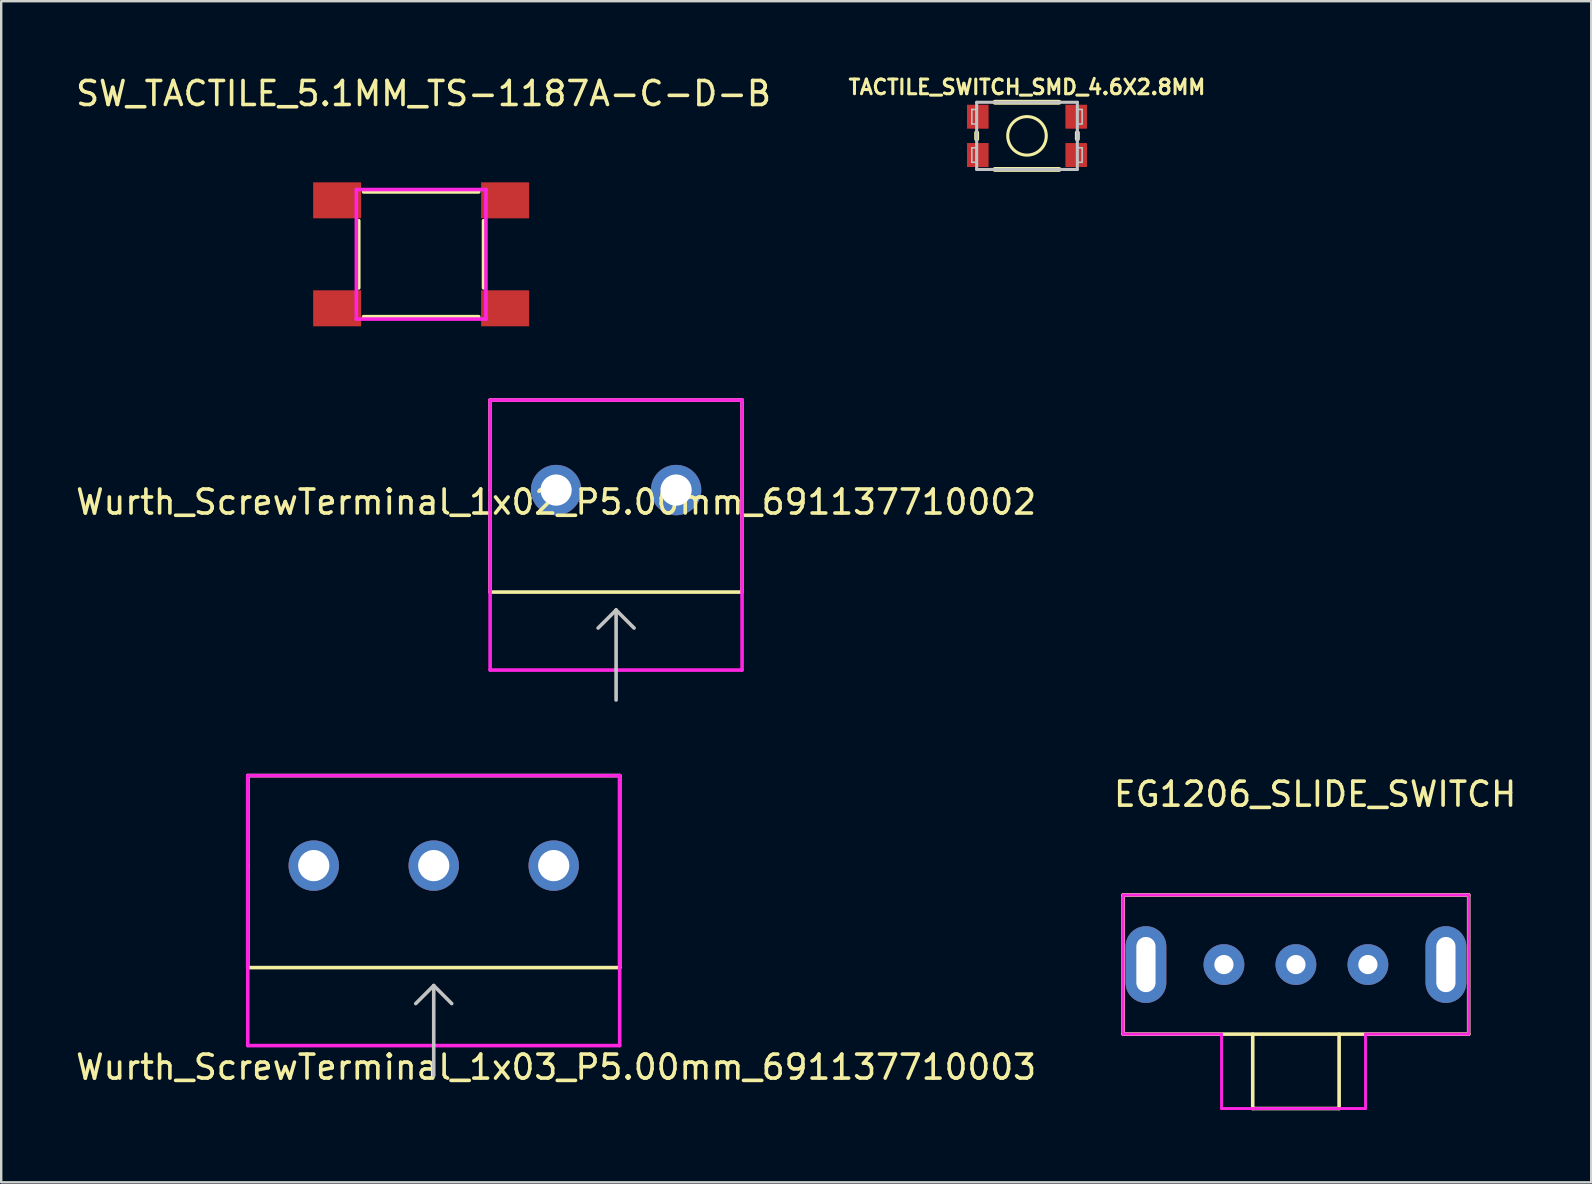
<source format=kicad_pcb>
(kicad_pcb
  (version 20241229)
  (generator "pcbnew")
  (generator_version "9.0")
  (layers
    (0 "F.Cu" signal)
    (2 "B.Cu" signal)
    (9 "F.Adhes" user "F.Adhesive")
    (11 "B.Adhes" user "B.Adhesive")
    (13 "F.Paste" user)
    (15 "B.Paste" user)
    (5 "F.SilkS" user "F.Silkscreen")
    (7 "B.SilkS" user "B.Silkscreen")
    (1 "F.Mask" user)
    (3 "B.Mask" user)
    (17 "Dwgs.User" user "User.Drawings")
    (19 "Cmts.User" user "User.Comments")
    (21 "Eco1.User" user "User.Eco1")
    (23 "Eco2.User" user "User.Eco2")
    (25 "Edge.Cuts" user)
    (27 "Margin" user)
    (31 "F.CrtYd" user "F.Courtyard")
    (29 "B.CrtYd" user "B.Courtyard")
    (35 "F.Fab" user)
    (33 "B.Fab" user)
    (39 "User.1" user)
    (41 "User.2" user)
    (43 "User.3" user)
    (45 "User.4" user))
  (footprint "Wurth_ScrewTerminal_1x03_P5.00mm_691137710003"
    (layer "F.Cu")
    (at 10.025 33.023)
    (property "Reference" "Wurth_ScrewTerminal_1x03_P5.00mm_691137710003" (at 10.1 8.4 0) (layer "F.SilkS") (effects (font (size 1 1) (thickness 0.15))))
    (attr through_hole)
    (fp_line (start -2.75 -3.75) (end -2.75 0) (stroke (width 0.15) (type solid)) (layer "F.SilkS"))
    (fp_line (start -2.75 0) (end -2.75 4.25) (stroke (width 0.15) (type solid)) (layer "F.SilkS"))
    (fp_line (start -2.75 4.25) (end 12.75 4.25) (stroke (width 0.15) (type solid)) (layer "F.SilkS"))
    (fp_line (start 12.75 -3.75) (end -2.75 -3.75) (stroke (width 0.15) (type solid)) (layer "F.SilkS"))
    (fp_line (start 12.75 4.25) (end 12.75 -3.75) (stroke (width 0.15) (type solid)) (layer "F.SilkS"))
    (fp_line (start 5 5) (end 4.25 5.75) (stroke (width 0.15) (type solid)) (layer "Dwgs.User"))
    (fp_line (start 5 5) (end 5.75 5.75) (stroke (width 0.15) (type solid)) (layer "Dwgs.User"))
    (fp_line (start 5 8.75) (end 5 5) (stroke (width 0.15) (type solid)) (layer "Dwgs.User"))
    (fp_line (start -2.75 -3.75) (end -2.75 7.5) (stroke (width 0.15) (type solid)) (layer "F.CrtYd"))
    (fp_line (start -2.75 7.5) (end 12.75 7.5) (stroke (width 0.15) (type solid)) (layer "F.CrtYd"))
    (fp_line (start 12.75 -3.75) (end -2.75 -3.75) (stroke (width 0.15) (type solid)) (layer "F.CrtYd"))
    (fp_line (start 12.75 7.5) (end 12.75 -3.75) (stroke (width 0.15) (type solid)) (layer "F.CrtYd"))
    (pad "1" thru_hole circle (at 0 0) (size 2.1 2.1) (drill 1.3) (layers "*.Cu" "*.Mask"))
    (pad "2" thru_hole circle (at 5 0) (size 2.1 2.1) (drill 1.3) (layers "*.Cu" "*.Mask"))
    (pad "3" thru_hole circle (at 10 0) (size 2.1 2.1) (drill 1.3) (layers "*.Cu" "*.Mask")))
  (footprint "‎EG1206‎_SLIDE_SWITCH"
    (layer "F.Cu")
    (at 50.956 37.147)
    (property "Reference" "‎EG1206‎_SLIDE_SWITCH" (at 0.8 -7.1 0) (layer "F.SilkS") (effects (font (size 1 1) (thickness 0.15))))
    (attr through_hole)
    (fp_line (start -7.2 -2.9) (end -7.2 2.9) (stroke (width 0.15) (type solid)) (layer "F.SilkS"))
    (fp_line (start -7.2 2.9) (end 7.2 2.9) (stroke (width 0.15) (type solid)) (layer "F.SilkS"))
    (fp_line (start -1.8 2.9) (end -1.8 6) (stroke (width 0.15) (type solid)) (layer "F.SilkS"))
    (fp_line (start -1.8 6) (end 1.8 6) (stroke (width 0.15) (type solid)) (layer "F.SilkS"))
    (fp_line (start 1.8 6) (end 1.8 2.9) (stroke (width 0.15) (type solid)) (layer "F.SilkS"))
    (fp_line (start 7.2 -2.9) (end -7.2 -2.9) (stroke (width 0.15) (type solid)) (layer "F.SilkS"))
    (fp_line (start 7.2 2.9) (end 7.2 -2.9) (stroke (width 0.15) (type solid)) (layer "F.SilkS"))
    (fp_line (start -7.2 -2.9) (end -7.2 2.9) (stroke (width 0.12) (type solid)) (layer "F.CrtYd"))
    (fp_line (start -7.2 2.9) (end -3.1 2.9) (stroke (width 0.12) (type solid)) (layer "F.CrtYd"))
    (fp_line (start -3.1 2.9) (end -3.1 6) (stroke (width 0.12) (type solid)) (layer "F.CrtYd"))
    (fp_line (start -3.1 6) (end 2.9 6) (stroke (width 0.12) (type solid)) (layer "F.CrtYd"))
    (fp_line (start 2.9 2.9) (end 7.2 2.9) (stroke (width 0.12) (type solid)) (layer "F.CrtYd"))
    (fp_line (start 2.9 6) (end 2.9 2.9) (stroke (width 0.12) (type solid)) (layer "F.CrtYd"))
    (fp_line (start 7.2 -2.9) (end -7.2 -2.9) (stroke (width 0.12) (type solid)) (layer "F.CrtYd"))
    (fp_line (start 7.2 2.9) (end 7.2 -2.9) (stroke (width 0.12) (type solid)) (layer "F.CrtYd"))
    (pad "1" thru_hole circle (at -3 0) (size 1.7 1.7) (drill 0.8) (layers "*.Cu" "*.Mask"))
    (pad "2" thru_hole circle (at 0 0) (size 1.7 1.7) (drill 0.8) (layers "*.Cu" "*.Mask"))
    (pad "3" thru_hole circle (at 3 0) (size 1.7 1.7) (drill 0.8) (layers "*.Cu" "*.Mask"))
    (pad "~" thru_hole oval (at -6.25 0) (size 1.7 3.2) (drill oval 0.8 2.3) (layers "*.Cu" "*.Mask"))
    (pad "~" thru_hole oval (at 6.25 0) (size 1.7 3.2) (drill oval 0.8 2.3) (layers "*.Cu" "*.Mask")))
  (footprint "Wurth_ScrewTerminal_1x02_P5.00mm_691137710002"
    (layer "F.Cu")
    (at 20.125 17.373)
    (property "Reference" "Wurth_ScrewTerminal_1x02_P5.00mm_691137710002" (at 0 0.5 0) (layer "F.SilkS") (effects (font (size 1 1) (thickness 0.15))))
    (attr through_hole)
    (fp_line (start -2.75 -3.75) (end -2.75 0) (stroke (width 0.15) (type solid)) (layer "F.SilkS"))
    (fp_line (start -2.75 0) (end -2.75 4.25) (stroke (width 0.15) (type solid)) (layer "F.SilkS"))
    (fp_line (start -2.75 4.25) (end 7.75 4.25) (stroke (width 0.15) (type solid)) (layer "F.SilkS"))
    (fp_line (start 7.75 -3.75) (end -2.75 -3.75) (stroke (width 0.15) (type solid)) (layer "F.SilkS"))
    (fp_line (start 7.75 4.25) (end 7.75 -3.75) (stroke (width 0.15) (type solid)) (layer "F.SilkS"))
    (fp_line (start 2.5 5) (end 1.75 5.75) (stroke (width 0.15) (type solid)) (layer "Dwgs.User"))
    (fp_line (start 2.5 5) (end 3.25 5.75) (stroke (width 0.15) (type solid)) (layer "Dwgs.User"))
    (fp_line (start 2.5 8.75) (end 2.5 5) (stroke (width 0.15) (type solid)) (layer "Dwgs.User"))
    (fp_line (start -2.75 -3.75) (end -2.75 7.5) (stroke (width 0.15) (type solid)) (layer "F.CrtYd"))
    (fp_line (start -2.75 7.5) (end 7.75 7.5) (stroke (width 0.15) (type solid)) (layer "F.CrtYd"))
    (fp_line (start 7.75 -3.75) (end -2.75 -3.75) (stroke (width 0.15) (type solid)) (layer "F.CrtYd"))
    (fp_line (start 7.75 7.5) (end 7.75 -3.75) (stroke (width 0.15) (type solid)) (layer "F.CrtYd"))
    (pad "1" thru_hole circle (at 0 0) (size 2.1 2.1) (drill 1.3) (layers "*.Cu" "*.Mask"))
    (pad "2" thru_hole circle (at 5 0) (size 2.1 2.1) (drill 1.3) (layers "*.Cu" "*.Mask")))
  (footprint "TACTILE_SWITCH_SMD_4.6X2.8MM"
    (layer "F.Cu")
    (at 39.749 2.612)
    (property "Reference" "TACTILE_SWITCH_SMD_4.6X2.8MM" (at 0 -2.032 0) (layer "F.SilkS") (effects (font (size 0.61 0.61) (thickness 0.127))))
    (attr smd)
    (fp_line (start -2.098 -0.13) (end -2.098 0.13) (stroke (width 0.203) (type solid)) (layer "F.SilkS"))
    (fp_line (start -1.336 -1.4) (end 1.336 -1.4) (stroke (width 0.203) (type solid)) (layer "F.SilkS"))
    (fp_line (start 1.336 1.4) (end -1.336 1.4) (stroke (width 0.203) (type solid)) (layer "F.SilkS"))
    (fp_line (start 2.098 0.13) (end 2.098 -0.13) (stroke (width 0.203) (type solid)) (layer "F.SilkS"))
    (fp_circle (center 0 0) (end 0 -0.803) (stroke (width 0.127) (type solid)) (fill no) (layer "F.SilkS"))
    (fp_line (start -2.299 -1.1) (end -2.098 -1.1) (stroke (width 0.066) (type solid)) (layer "Dwgs.User"))
    (fp_line (start -2.299 -0.498) (end -2.299 -1.1) (stroke (width 0.066) (type solid)) (layer "Dwgs.User"))
    (fp_line (start -2.299 -0.498) (end -2.098 -0.498) (stroke (width 0.066) (type solid)) (layer "Dwgs.User"))
    (fp_line (start -2.299 0.498) (end -2.098 0.498) (stroke (width 0.066) (type solid)) (layer "Dwgs.User"))
    (fp_line (start -2.299 1.1) (end -2.299 0.498) (stroke (width 0.066) (type solid)) (layer "Dwgs.User"))
    (fp_line (start -2.299 1.1) (end -2.098 1.1) (stroke (width 0.066) (type solid)) (layer "Dwgs.User"))
    (fp_line (start -2.098 -1.4) (end -2.098 1.4) (stroke (width 0.127) (type solid)) (layer "Dwgs.User"))
    (fp_line (start -2.098 -1.4) (end 2.098 -1.4) (stroke (width 0.127) (type solid)) (layer "Dwgs.User"))
    (fp_line (start -2.098 -0.498) (end -2.098 -1.1) (stroke (width 0.066) (type solid)) (layer "Dwgs.User"))
    (fp_line (start -2.098 1.1) (end -2.098 0.498) (stroke (width 0.066) (type solid)) (layer "Dwgs.User"))
    (fp_line (start -2.098 1.4) (end 2.098 1.4) (stroke (width 0.127) (type solid)) (layer "Dwgs.User"))
    (fp_line (start 2.098 -1.1) (end 2.299 -1.1) (stroke (width 0.066) (type solid)) (layer "Dwgs.User"))
    (fp_line (start 2.098 -0.498) (end 2.098 -1.1) (stroke (width 0.066) (type solid)) (layer "Dwgs.User"))
    (fp_line (start 2.098 -0.498) (end 2.299 -0.498) (stroke (width 0.066) (type solid)) (layer "Dwgs.User"))
    (fp_line (start 2.098 0.498) (end 2.299 0.498) (stroke (width 0.066) (type solid)) (layer "Dwgs.User"))
    (fp_line (start 2.098 1.1) (end 2.098 0.498) (stroke (width 0.066) (type solid)) (layer "Dwgs.User"))
    (fp_line (start 2.098 1.1) (end 2.299 1.1) (stroke (width 0.066) (type solid)) (layer "Dwgs.User"))
    (fp_line (start 2.098 1.4) (end 2.098 -1.4) (stroke (width 0.127) (type solid)) (layer "Dwgs.User"))
    (fp_line (start 2.299 -0.498) (end 2.299 -1.1) (stroke (width 0.066) (type solid)) (layer "Dwgs.User"))
    (fp_line (start 2.299 1.1) (end 2.299 0.498) (stroke (width 0.066) (type solid)) (layer "Dwgs.User"))
    (pad "1" smd rect (at -2.05 0.798) (size 0.899 0.998) (layers "F.Cu" "F.Mask" "F.Paste"))
    (pad "2" smd rect (at 2.05 0.798) (size 0.899 0.998) (layers "F.Cu" "F.Mask" "F.Paste"))
    (pad "3" smd rect (at 2.05 -0.798) (size 0.899 0.998) (layers "F.Cu" "F.Mask" "F.Paste"))
    (pad "4" smd rect (at -2.05 -0.798) (size 0.899 0.998) (layers "F.Cu" "F.Mask" "F.Paste")))
  (footprint "SW_TACTILE_5.1MM_TS-1187A-C-D-B"
    (layer "F.Cu")
    (at 14.501 7.548)
    (property "Reference" "SW_TACTILE_5.1MM_TS-1187A-C-D-B" (at 0.1 -6.7 0) (layer "F.SilkS") (effects (font (size 1 1) (thickness 0.15))))
    (attr smd)
    (fp_line (start -2.6 1.4) (end -2.6 -1.4) (stroke (width 0.15) (type solid)) (layer "F.SilkS"))
    (fp_line (start -2.4 -2.6) (end 2.4 -2.6) (stroke (width 0.15) (type solid)) (layer "F.SilkS"))
    (fp_line (start 2.4 2.6) (end -2.4 2.6) (stroke (width 0.15) (type solid)) (layer "F.SilkS"))
    (fp_line (start 2.6 -1.4) (end 2.6 1.4) (stroke (width 0.15) (type solid)) (layer "F.SilkS"))
    (fp_line (start -2.7 -2.7) (end 2.7 -2.7) (stroke (width 0.15) (type solid)) (layer "F.CrtYd"))
    (fp_line (start -2.7 2.7) (end -2.7 -2.7) (stroke (width 0.15) (type solid)) (layer "F.CrtYd"))
    (fp_line (start 2.7 -2.7) (end 2.7 2.7) (stroke (width 0.15) (type solid)) (layer "F.CrtYd"))
    (fp_line (start 2.7 2.7) (end -2.7 2.7) (stroke (width 0.15) (type solid)) (layer "F.CrtYd"))
    (pad "1" smd rect (at -3.5 -2.25) (size 2 1.5) (layers "F.Cu" "F.Mask" "F.Paste"))
    (pad "1" smd rect (at 3.5 -2.25) (size 2 1.5) (layers "F.Cu" "F.Mask" "F.Paste"))
    (pad "2" smd rect (at -3.5 2.25) (size 2 1.5) (layers "F.Cu" "F.Mask" "F.Paste"))
    (pad "2" smd rect (at 3.5 2.25) (size 2 1.5) (layers "F.Cu" "F.Mask" "F.Paste")))
  (gr_rect
    (start -3 -3)
    (end 63.262 46.221)
    (stroke (width 0.1) (type default))
    (fill no)
    (layer "Edge.Cuts")))
</source>
